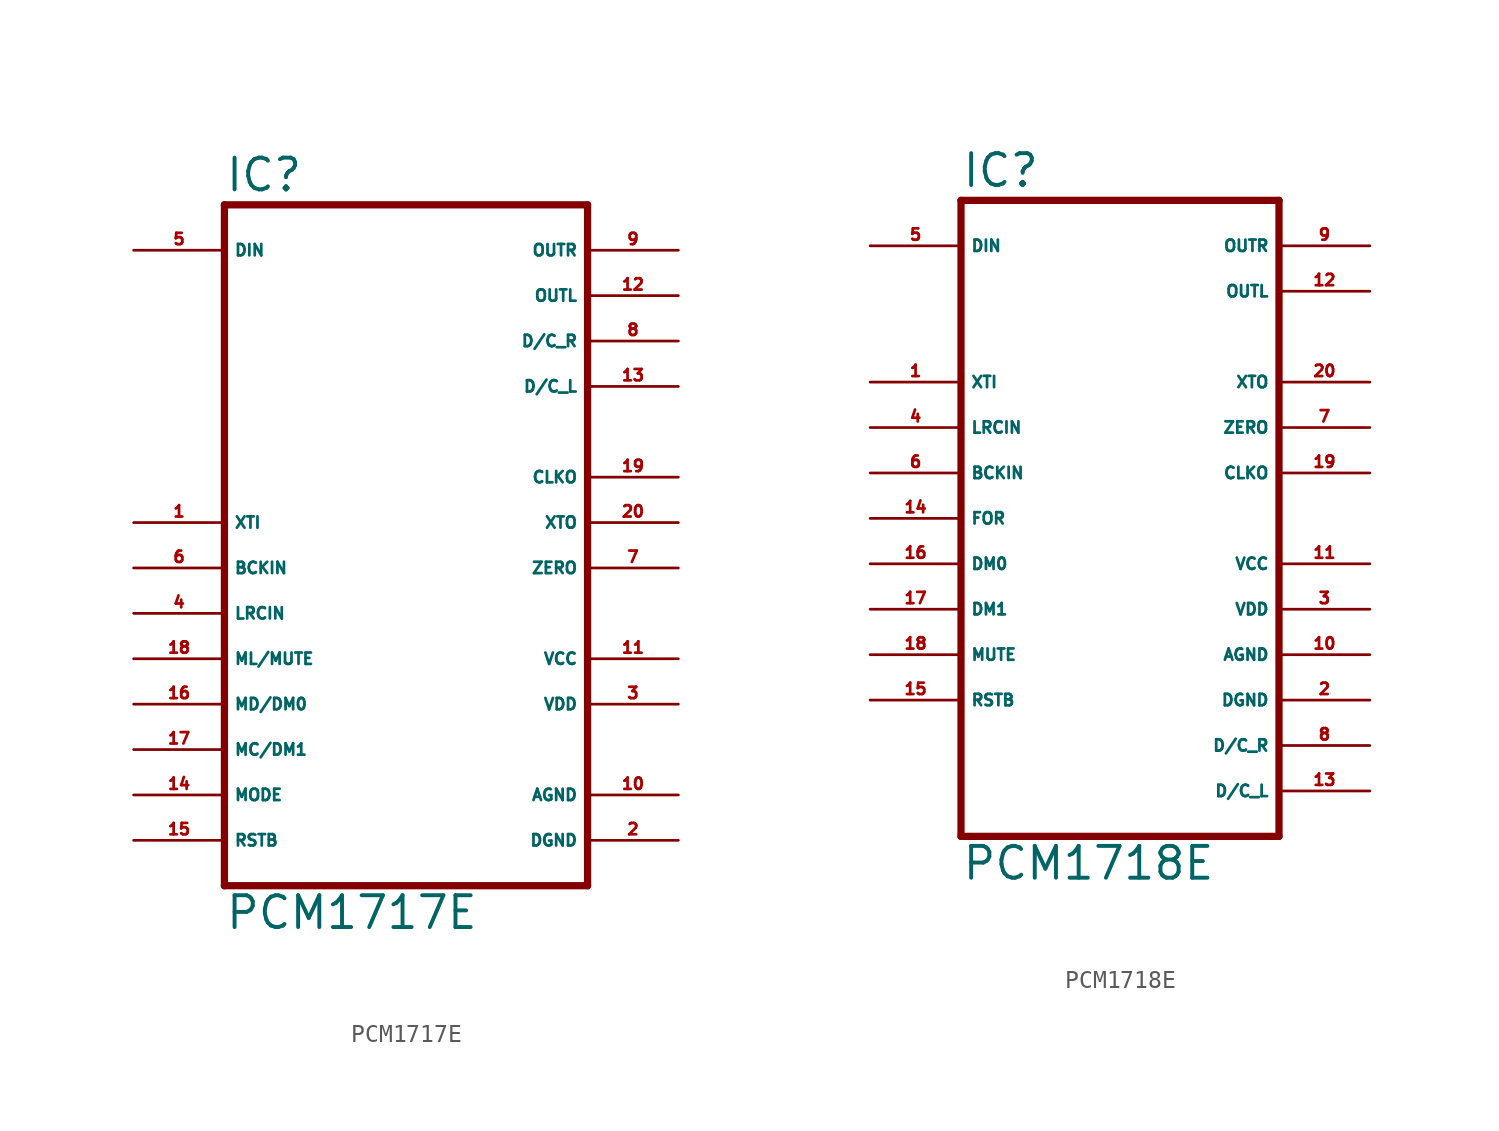
<source format=kicad_sym>
(kicad_symbol_lib
  (version 20220914)
  (generator Eagle2Kicad)
  (symbol "PCM1717E"
    (property "Reference" "IC"
      (at -10.16 18.415 0)
      (effects (font (size 1.778 1.778) (thickness 0.22)) (justify left bottom)))
    (property "Value" "PCM1717E"
      (at -10.16 -22.86 0)
      (effects (font (size 1.778 1.778) (thickness 0.22)) (justify left bottom)))
    (polyline
      (pts (xy -10.16 -20.32) (xy 10.16 -20.32))
      (stroke (width 0.406) (type default))
      (fill (type none)))
    (polyline
      (pts (xy 10.16 -20.32) (xy 10.16 17.78))
      (stroke (width 0.406) (type default))
      (fill (type none)))
    (polyline
      (pts (xy 10.16 17.78) (xy -10.16 17.78))
      (stroke (width 0.406) (type default))
      (fill (type none)))
    (polyline
      (pts (xy -10.16 17.78) (xy -10.16 -20.32))
      (stroke (width 0.406) (type default))
      (fill (type none)))
    (pin input line
      (at -15.24 15.24 0)
      (length 5.08)
      (name "DIN" (effects (font (size 0.635 0.635) (thickness 0.08)) (justify left bottom)))
      (number "5" (effects (font (size 0.635 0.635) (thickness 0.08)) (justify left bottom))))
    (pin input line
      (at -15.24 -2.54 0)
      (length 5.08)
      (name "BCKIN" (effects (font (size 0.635 0.635) (thickness 0.08)) (justify left bottom)))
      (number "6" (effects (font (size 0.635 0.635) (thickness 0.08)) (justify left bottom))))
    (pin input line
      (at -15.24 -5.08 0)
      (length 5.08)
      (name "LRCIN" (effects (font (size 0.635 0.635) (thickness 0.08)) (justify left bottom)))
      (number "4" (effects (font (size 0.635 0.635) (thickness 0.08)) (justify left bottom))))
    (pin input line
      (at -15.24 -7.62 0)
      (length 5.08)
      (name "ML/MUTE" (effects (font (size 0.635 0.635) (thickness 0.08)) (justify left bottom)))
      (number "18" (effects (font (size 0.635 0.635) (thickness 0.08)) (justify left bottom))))
    (pin input line
      (at -15.24 -10.16 0)
      (length 5.08)
      (name "MD/DM0" (effects (font (size 0.635 0.635) (thickness 0.08)) (justify left bottom)))
      (number "16" (effects (font (size 0.635 0.635) (thickness 0.08)) (justify left bottom))))
    (pin input line
      (at -15.24 -12.7 0)
      (length 5.08)
      (name "MC/DM1" (effects (font (size 0.635 0.635) (thickness 0.08)) (justify left bottom)))
      (number "17" (effects (font (size 0.635 0.635) (thickness 0.08)) (justify left bottom))))
    (pin input line
      (at -15.24 -15.24 0)
      (length 5.08)
      (name "MODE" (effects (font (size 0.635 0.635) (thickness 0.08)) (justify left bottom)))
      (number "14" (effects (font (size 0.635 0.635) (thickness 0.08)) (justify left bottom))))
    (pin input line
      (at -15.24 -17.78 0)
      (length 5.08)
      (name "RSTB" (effects (font (size 0.635 0.635) (thickness 0.08)) (justify left bottom)))
      (number "15" (effects (font (size 0.635 0.635) (thickness 0.08)) (justify left bottom))))
    (pin input line
      (at -15.24 0 0)
      (length 5.08)
      (name "XTI" (effects (font (size 0.635 0.635) (thickness 0.08)) (justify left bottom)))
      (number "1" (effects (font (size 0.635 0.635) (thickness 0.08)) (justify left bottom))))
    (pin output line
      (at 15.24 15.24 180)
      (length 5.08)
      (name "OUTR" (effects (font (size 0.635 0.635) (thickness 0.08)) (justify left bottom)))
      (number "9" (effects (font (size 0.635 0.635) (thickness 0.08)) (justify left bottom))))
    (pin output line
      (at 15.24 12.7 180)
      (length 5.08)
      (name "OUTL" (effects (font (size 0.635 0.635) (thickness 0.08)) (justify left bottom)))
      (number "12" (effects (font (size 0.635 0.635) (thickness 0.08)) (justify left bottom))))
    (pin output line
      (at 15.24 10.16 180)
      (length 5.08)
      (name "D/C_R" (effects (font (size 0.635 0.635) (thickness 0.08)) (justify left bottom)))
      (number "8" (effects (font (size 0.635 0.635) (thickness 0.08)) (justify left bottom))))
    (pin output line
      (at 15.24 7.62 180)
      (length 5.08)
      (name "D/C_L" (effects (font (size 0.635 0.635) (thickness 0.08)) (justify left bottom)))
      (number "13" (effects (font (size 0.635 0.635) (thickness 0.08)) (justify left bottom))))
    (pin output line
      (at 15.24 0 180)
      (length 5.08)
      (name "XTO" (effects (font (size 0.635 0.635) (thickness 0.08)) (justify left bottom)))
      (number "20" (effects (font (size 0.635 0.635) (thickness 0.08)) (justify left bottom))))
    (pin output line
      (at 15.24 -2.54 180)
      (length 5.08)
      (name "ZERO" (effects (font (size 0.635 0.635) (thickness 0.08)) (justify left bottom)))
      (number "7" (effects (font (size 0.635 0.635) (thickness 0.08)) (justify left bottom))))
    (pin unspecified line
      (at 15.24 -17.78 180)
      (length 5.08)
      (name "DGND" (effects (font (size 0.635 0.635) (thickness 0.08)) (justify left bottom)))
      (number "2" (effects (font (size 0.635 0.635) (thickness 0.08)) (justify left bottom))))
    (pin unspecified line
      (at 15.24 -15.24 180)
      (length 5.08)
      (name "AGND" (effects (font (size 0.635 0.635) (thickness 0.08)) (justify left bottom)))
      (number "10" (effects (font (size 0.635 0.635) (thickness 0.08)) (justify left bottom))))
    (pin unspecified line
      (at 15.24 -10.16 180)
      (length 5.08)
      (name "VDD" (effects (font (size 0.635 0.635) (thickness 0.08)) (justify left bottom)))
      (number "3" (effects (font (size 0.635 0.635) (thickness 0.08)) (justify left bottom))))
    (pin unspecified line
      (at 15.24 -7.62 180)
      (length 5.08)
      (name "VCC" (effects (font (size 0.635 0.635) (thickness 0.08)) (justify left bottom)))
      (number "11" (effects (font (size 0.635 0.635) (thickness 0.08)) (justify left bottom))))
    (pin output line
      (at 15.24 2.54 180)
      (length 5.08)
      (name "CLKO" (effects (font (size 0.635 0.635) (thickness 0.08)) (justify left bottom)))
      (number "19" (effects (font (size 0.635 0.635) (thickness 0.08)) (justify left bottom)))))
  (symbol "PCM1718E"
    (property "Reference" "IC"
      (at -10.16 18.415 0)
      (effects (font (size 1.778 1.778) (thickness 0.22)) (justify left bottom)))
    (property "Value" "PCM1718E"
      (at -10.16 -20.32 0)
      (effects (font (size 1.778 1.778) (thickness 0.22)) (justify left bottom)))
    (polyline
      (pts (xy 7.62 -17.78) (xy -10.16 -17.78))
      (stroke (width 0.406) (type default))
      (fill (type none)))
    (polyline
      (pts (xy -10.16 -17.78) (xy -10.16 17.78))
      (stroke (width 0.406) (type default))
      (fill (type none)))
    (polyline
      (pts (xy -10.16 17.78) (xy 7.62 17.78))
      (stroke (width 0.406) (type default))
      (fill (type none)))
    (polyline
      (pts (xy 7.62 17.78) (xy 7.62 -17.78))
      (stroke (width 0.406) (type default))
      (fill (type none)))
    (pin input line
      (at -15.24 15.24 0)
      (length 5.08)
      (name "DIN" (effects (font (size 0.635 0.635) (thickness 0.08)) (justify left bottom)))
      (number "5" (effects (font (size 0.635 0.635) (thickness 0.08)) (justify left bottom))))
    (pin input line
      (at -15.24 7.62 0)
      (length 5.08)
      (name "XTI" (effects (font (size 0.635 0.635) (thickness 0.08)) (justify left bottom)))
      (number "1" (effects (font (size 0.635 0.635) (thickness 0.08)) (justify left bottom))))
    (pin input line
      (at -15.24 5.08 0)
      (length 5.08)
      (name "LRCIN" (effects (font (size 0.635 0.635) (thickness 0.08)) (justify left bottom)))
      (number "4" (effects (font (size 0.635 0.635) (thickness 0.08)) (justify left bottom))))
    (pin input line
      (at -15.24 2.54 0)
      (length 5.08)
      (name "BCKIN" (effects (font (size 0.635 0.635) (thickness 0.08)) (justify left bottom)))
      (number "6" (effects (font (size 0.635 0.635) (thickness 0.08)) (justify left bottom))))
    (pin input line
      (at -15.24 0 0)
      (length 5.08)
      (name "FOR" (effects (font (size 0.635 0.635) (thickness 0.08)) (justify left bottom)))
      (number "14" (effects (font (size 0.635 0.635) (thickness 0.08)) (justify left bottom))))
    (pin input line
      (at -15.24 -2.54 0)
      (length 5.08)
      (name "DM0" (effects (font (size 0.635 0.635) (thickness 0.08)) (justify left bottom)))
      (number "16" (effects (font (size 0.635 0.635) (thickness 0.08)) (justify left bottom))))
    (pin input line
      (at -15.24 -5.08 0)
      (length 5.08)
      (name "DM1" (effects (font (size 0.635 0.635) (thickness 0.08)) (justify left bottom)))
      (number "17" (effects (font (size 0.635 0.635) (thickness 0.08)) (justify left bottom))))
    (pin input line
      (at -15.24 -7.62 0)
      (length 5.08)
      (name "MUTE" (effects (font (size 0.635 0.635) (thickness 0.08)) (justify left bottom)))
      (number "18" (effects (font (size 0.635 0.635) (thickness 0.08)) (justify left bottom))))
    (pin input line
      (at -15.24 -10.16 0)
      (length 5.08)
      (name "RSTB" (effects (font (size 0.635 0.635) (thickness 0.08)) (justify left bottom)))
      (number "15" (effects (font (size 0.635 0.635) (thickness 0.08)) (justify left bottom))))
    (pin output line
      (at 12.7 7.62 180)
      (length 5.08)
      (name "XTO" (effects (font (size 0.635 0.635) (thickness 0.08)) (justify left bottom)))
      (number "20" (effects (font (size 0.635 0.635) (thickness 0.08)) (justify left bottom))))
    (pin output line
      (at 12.7 5.08 180)
      (length 5.08)
      (name "ZERO" (effects (font (size 0.635 0.635) (thickness 0.08)) (justify left bottom)))
      (number "7" (effects (font (size 0.635 0.635) (thickness 0.08)) (justify left bottom))))
    (pin output line
      (at 12.7 2.54 180)
      (length 5.08)
      (name "CLKO" (effects (font (size 0.635 0.635) (thickness 0.08)) (justify left bottom)))
      (number "19" (effects (font (size 0.635 0.635) (thickness 0.08)) (justify left bottom))))
    (pin output line
      (at 12.7 15.24 180)
      (length 5.08)
      (name "OUTR" (effects (font (size 0.635 0.635) (thickness 0.08)) (justify left bottom)))
      (number "9" (effects (font (size 0.635 0.635) (thickness 0.08)) (justify left bottom))))
    (pin output line
      (at 12.7 12.7 180)
      (length 5.08)
      (name "OUTL" (effects (font (size 0.635 0.635) (thickness 0.08)) (justify left bottom)))
      (number "12" (effects (font (size 0.635 0.635) (thickness 0.08)) (justify left bottom))))
    (pin unspecified line
      (at 12.7 -2.54 180)
      (length 5.08)
      (name "VCC" (effects (font (size 0.635 0.635) (thickness 0.08)) (justify left bottom)))
      (number "11" (effects (font (size 0.635 0.635) (thickness 0.08)) (justify left bottom))))
    (pin unspecified line
      (at 12.7 -5.08 180)
      (length 5.08)
      (name "VDD" (effects (font (size 0.635 0.635) (thickness 0.08)) (justify left bottom)))
      (number "3" (effects (font (size 0.635 0.635) (thickness 0.08)) (justify left bottom))))
    (pin unspecified line
      (at 12.7 -7.62 180)
      (length 5.08)
      (name "AGND" (effects (font (size 0.635 0.635) (thickness 0.08)) (justify left bottom)))
      (number "10" (effects (font (size 0.635 0.635) (thickness 0.08)) (justify left bottom))))
    (pin unspecified line
      (at 12.7 -10.16 180)
      (length 5.08)
      (name "DGND" (effects (font (size 0.635 0.635) (thickness 0.08)) (justify left bottom)))
      (number "2" (effects (font (size 0.635 0.635) (thickness 0.08)) (justify left bottom))))
    (pin unspecified line
      (at 12.7 -12.7 180)
      (length 5.08)
      (name "D/C_R" (effects (font (size 0.635 0.635) (thickness 0.08)) (justify left bottom)))
      (number "8" (effects (font (size 0.635 0.635) (thickness 0.08)) (justify left bottom))))
    (pin unspecified line
      (at 12.7 -15.24 180)
      (length 5.08)
      (name "D/C_L" (effects (font (size 0.635 0.635) (thickness 0.08)) (justify left bottom)))
      (number "13" (effects (font (size 0.635 0.635) (thickness 0.08)) (justify left bottom))))))
</source>
